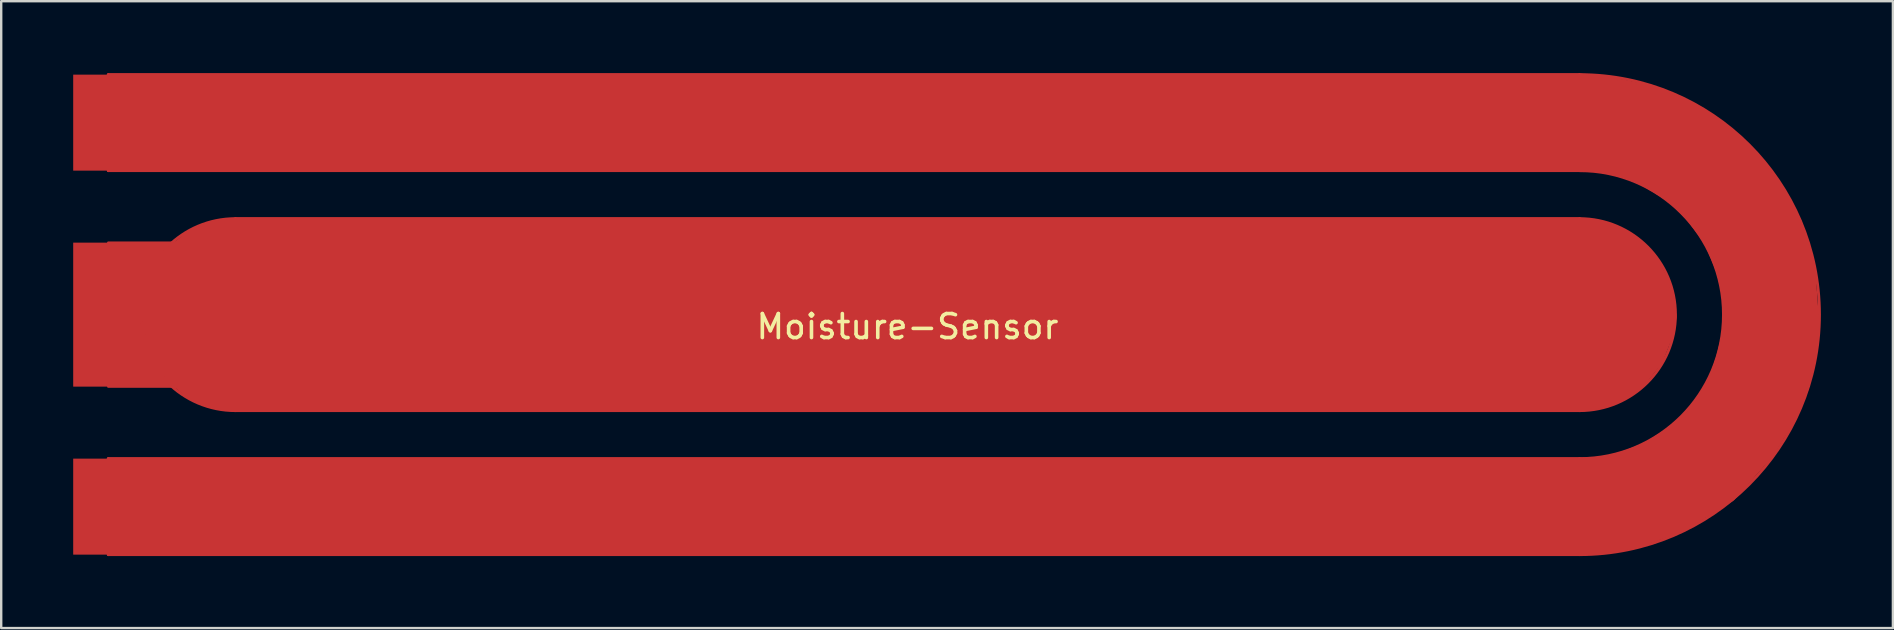
<source format=kicad_pcb>
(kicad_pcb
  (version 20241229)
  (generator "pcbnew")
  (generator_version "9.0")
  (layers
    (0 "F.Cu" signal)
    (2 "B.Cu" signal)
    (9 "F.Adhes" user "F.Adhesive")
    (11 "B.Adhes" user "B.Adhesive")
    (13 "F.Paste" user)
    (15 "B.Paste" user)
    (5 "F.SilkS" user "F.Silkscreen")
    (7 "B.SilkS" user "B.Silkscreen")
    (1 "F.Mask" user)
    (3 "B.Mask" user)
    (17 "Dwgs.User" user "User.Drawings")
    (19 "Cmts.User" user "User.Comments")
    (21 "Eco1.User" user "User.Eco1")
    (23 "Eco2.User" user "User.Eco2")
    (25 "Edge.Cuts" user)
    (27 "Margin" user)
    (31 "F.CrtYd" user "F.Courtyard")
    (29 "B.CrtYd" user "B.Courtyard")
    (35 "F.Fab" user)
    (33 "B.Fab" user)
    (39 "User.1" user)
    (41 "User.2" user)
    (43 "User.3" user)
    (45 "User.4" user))
  (footprint "Moisture-Sensor"
    (layer "F.Cu")
    (at 34.762 10.06)
    (property "Reference" "Moisture-Sensor" (at 0 0.5 0) (layer "F.SilkS") (effects (font (size 1 1) (thickness 0.15))))
    (attr through_hole)
    (fp_line (start -33.3 -10) (end 28 -10) (stroke (width 0.12) (type solid)) (layer "F.Cu"))
    (fp_line (start -33.3 -6) (end -33.3 -10) (stroke (width 0.12) (type solid)) (layer "F.Cu"))
    (fp_line (start -33.3 -6) (end 28.5 -6) (stroke (width 0.12) (type solid)) (layer "F.Cu"))
    (fp_line (start -33.3 6) (end -33.3 10) (stroke (width 0.12) (type solid)) (layer "F.Cu"))
    (fp_line (start -33.3 6) (end 28 6) (stroke (width 0.12) (type solid)) (layer "F.Cu"))
    (fp_line (start -33.3 10) (end 28 10) (stroke (width 0.12) (type solid)) (layer "F.Cu"))
    (fp_line (start -28 -4) (end 28 -4) (stroke (width 0.12) (type solid)) (layer "F.Cu"))
    (fp_line (start 28 4) (end -28 4) (stroke (width 0.12) (type solid)) (layer "F.Cu"))
    (fp_arc (start -28 4) (mid -32 0) (end -28 -4) (stroke (width 0.12) (type solid)) (layer "F.Cu"))
    (fp_arc (start 28 -10) (mid 38 0) (end 28 10) (stroke (width 0.12) (type solid)) (layer "F.Cu"))
    (fp_arc (start 28 -6) (mid 34 0) (end 28 6) (stroke (width 0.12) (type solid)) (layer "F.Cu"))
    (fp_arc (start 28 -4) (mid 32 0) (end 28 4) (stroke (width 0.12) (type solid)) (layer "F.Cu"))
    (fp_poly (pts (xy -30 3) (xy -33.3 3) (xy -33.3 -3) (xy -30 -3)) (stroke (width 0.1) (type solid)) (fill yes) (layer "F.Cu"))
    (fp_poly (pts (xy 28 -6) (xy -33.3 -6) (xy -33.3 -10) (xy 28 -10)) (stroke (width 0.1) (type solid)) (fill yes) (layer "F.Cu"))
    (fp_poly (pts (xy 28 10) (xy -33.3 10) (xy -33.3 6) (xy 28 6)) (stroke (width 0.1) (type solid)) (fill yes) (layer "F.Cu"))
    (fp_poly (pts (xy 29.6 -3.6) (xy 30.2 -3.3) (xy 31.1 -2.5) (xy 31.8 -1.2) (xy 32 0.1) (xy 31.8 1) (xy 31.4 2) (xy 30.6 3) (xy 30 3.4) (xy 29.2 3.8) (xy 28 4) (xy -28 4) (xy -29.2 3.8) (xy -30 3.4) (xy -31 2.6) (xy -31.6 1.6) (xy -31.7 1.3) (xy -32 0) (xy -31.8 -1.2) (xy -31 -2.6) (xy -30 -3.4) (xy -29.2 -3.8) (xy -28 -4) (xy 28 -4) (xy 29.2 -3.8)) (stroke (width 0.1) (type solid)) (fill yes) (layer "F.Cu"))
    (fp_poly (pts (xy 31 -9.5) (xy 32.9 -8.7) (xy 34.25 -7.75) (xy 34.9 -7.2) (xy 35.6 -6.4) (xy 36.5 -5.2) (xy 37.2 -3.9) (xy 37.7 -2.3) (xy 37.8 -1.6) (xy 37.9 -0.2) (xy 37.9 1.2) (xy 37.5 3.1) (xy 37 4.3) (xy 36 5.9) (xy 34.4 7.7) (xy 32.3 9) (xy 30.3 9.7) (xy 28.9 9.9) (xy 28 10) (xy 28 6) (xy 28.7 6) (xy 29.4 5.9) (xy 30.7 5.4) (xy 31.5 4.9) (xy 32.5 4.1) (xy 32.9 3.5) (xy 33.25 3) (xy 33.5 2.5) (xy 33.75 1.75) (xy 34 0.75) (xy 34 -0.8) (xy 33.75 -1.8) (xy 33.25 -3) (xy 32.5 -4) (xy 31.75 -4.75) (xy 30.5 -5.5) (xy 29.4 -5.9) (xy 28.5 -6) (xy 28 -6) (xy 28 -10) (xy 29.1 -9.9)) (stroke (width 0.1) (type solid)) (fill yes) (layer "F.Cu"))
    (pad "1" smd rect (at -34 -8) (size 1.524 4) (layers "F.Cu"))
    (pad "1" smd rect (at -34 8) (size 1.524 4) (layers "F.Cu"))
    (pad "2" smd rect (at -34 0) (size 1.524 6) (layers "F.Cu")))
  (gr_rect
    (start -3 -3)
    (end 75.822 23.12)
    (stroke (width 0.1) (type default))
    (fill no)
    (layer "Edge.Cuts")))
</source>
